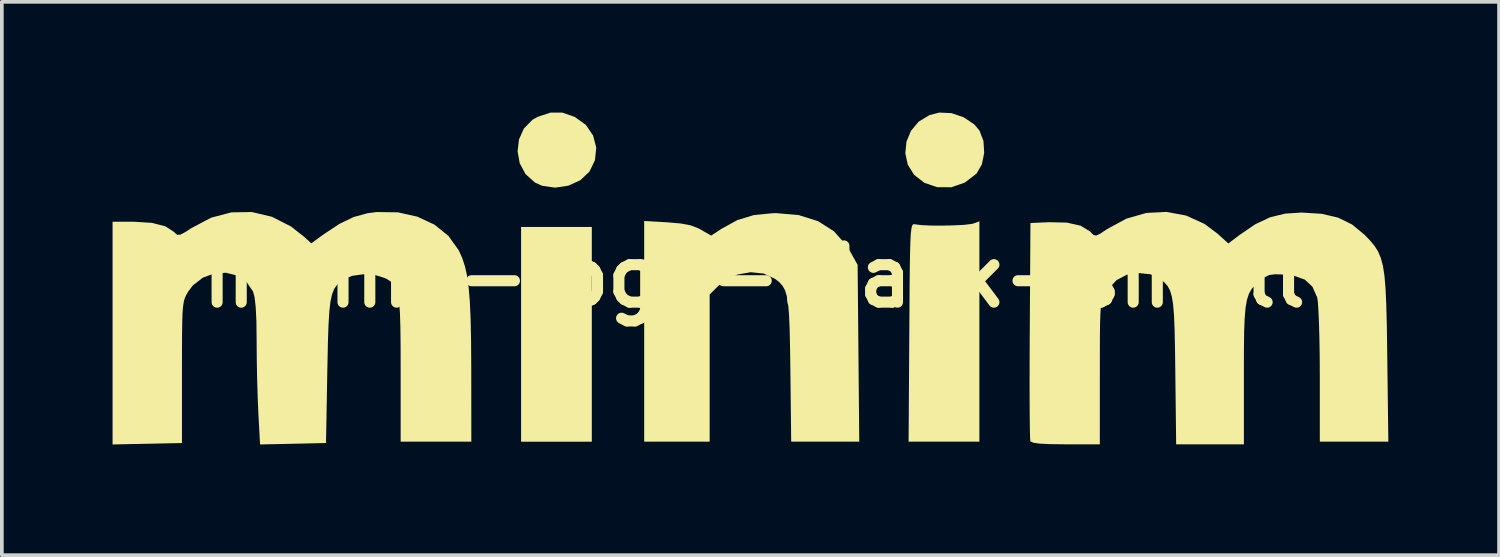
<source format=kicad_pcb>
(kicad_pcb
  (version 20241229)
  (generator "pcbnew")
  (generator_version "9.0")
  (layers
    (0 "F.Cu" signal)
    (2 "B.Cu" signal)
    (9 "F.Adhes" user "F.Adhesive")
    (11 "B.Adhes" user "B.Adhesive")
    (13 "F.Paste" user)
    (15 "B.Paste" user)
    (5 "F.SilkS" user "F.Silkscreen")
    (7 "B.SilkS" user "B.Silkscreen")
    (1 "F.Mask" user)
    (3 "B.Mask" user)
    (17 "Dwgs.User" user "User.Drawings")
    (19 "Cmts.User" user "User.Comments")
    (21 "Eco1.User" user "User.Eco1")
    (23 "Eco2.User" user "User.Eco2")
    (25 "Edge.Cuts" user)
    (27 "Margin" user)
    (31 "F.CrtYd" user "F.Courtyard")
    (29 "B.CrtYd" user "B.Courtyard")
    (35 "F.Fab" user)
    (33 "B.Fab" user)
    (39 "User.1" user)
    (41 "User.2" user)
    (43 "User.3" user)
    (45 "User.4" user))
  (footprint "minim-logo-black-small"
    (layer "F.Cu")
    (at 17.383 4.447)
    (property "Reference" "minim-logo-black-small" (at 0 0 0) (layer "F.SilkS") (effects (font (size 1.524 1.524) (thickness 0.3))))
    (attr board_only exclude_from_pos_files exclude_from_bom)
    (fp_poly (pts (xy -4.399 4.47) (xy -6.315 4.47) (xy -6.315 -1.348) (xy -4.399 -1.348)) (stroke (width 0) (type solid)) (fill yes) (layer "F.SilkS"))
    (fp_poly (pts (xy -5.197 -4.446) (xy -4.86 -4.328) (xy -4.561 -4.114) (xy -4.365 -3.827) (xy -4.279 -3.499) (xy -4.313 -3.158) (xy -4.461 -2.85) (xy -4.709 -2.615) (xy -5.034 -2.467) (xy -5.392 -2.413) (xy -5.742 -2.463) (xy -5.939 -2.551) (xy -6.195 -2.78) (xy -6.352 -3.073) (xy -6.41 -3.397) (xy -6.371 -3.723) (xy -6.237 -4.018) (xy -6.007 -4.252) (xy -5.866 -4.332) (xy -5.516 -4.447)) (stroke (width 0) (type solid)) (fill yes) (layer "F.SilkS"))
    (fp_poly (pts (xy 5.347 -4.432) (xy 5.681 -4.317) (xy 5.964 -4.125) (xy 6.104 -3.96) (xy 6.212 -3.678) (xy 6.232 -3.354) (xy 6.169 -3.042) (xy 6.025 -2.795) (xy 6.025 -2.795) (xy 5.707 -2.55) (xy 5.342 -2.424) (xy 4.96 -2.425) (xy 4.611 -2.544) (xy 4.332 -2.761) (xy 4.162 -3.036) (xy 4.095 -3.344) (xy 4.126 -3.658) (xy 4.248 -3.952) (xy 4.457 -4.201) (xy 4.747 -4.377) (xy 5.015 -4.447)) (stroke (width 0) (type solid)) (fill yes) (layer "F.SilkS"))
    (fp_poly (pts (xy 6.102 4.47) (xy 4.184 4.47) (xy 4.203 1.508) (xy 4.208 0.783) (xy 4.212 0.187) (xy 4.217 -0.292) (xy 4.224 -0.667) (xy 4.232 -0.95) (xy 4.243 -1.153) (xy 4.258 -1.29) (xy 4.276 -1.372) (xy 4.299 -1.413) (xy 4.327 -1.425) (xy 4.362 -1.419) (xy 4.363 -1.419) (xy 4.529 -1.398) (xy 4.786 -1.386) (xy 5.093 -1.384) (xy 5.406 -1.391) (xy 5.684 -1.405) (xy 5.884 -1.428) (xy 5.942 -1.442) (xy 6.102 -1.5)) (stroke (width 0) (type solid)) (fill yes) (layer "F.SilkS"))
    (fp_poly (pts (xy 1.21 -1.669) (xy 1.73 -1.505) (xy 2.16 -1.232) (xy 2.5 -0.85) (xy 2.596 -0.692) (xy 2.803 -0.319) (xy 2.847 4.47) (xy 1.003 4.47) (xy 0.981 2.536) (xy 0.972 1.918) (xy 0.961 1.425) (xy 0.945 1.04) (xy 0.921 0.747) (xy 0.885 0.529) (xy 0.836 0.368) (xy 0.771 0.249) (xy 0.686 0.154) (xy 0.578 0.067) (xy 0.566 0.058) (xy 0.26 -0.085) (xy -0.094 -0.122) (xy -0.46 -0.057) (xy -0.798 0.105) (xy -0.971 0.248) (xy -1.206 0.482) (xy -1.206 4.47) (xy -2.98 4.47) (xy -2.98 -1.51) (xy -2.354 -1.474) (xy -1.988 -1.442) (xy -1.72 -1.391) (xy -1.51 -1.31) (xy -1.447 -1.276) (xy -1.165 -1.114) (xy -0.884 -1.299) (xy -0.455 -1.534) (xy -0.009 -1.67) (xy 0.502 -1.721) (xy 0.603 -1.722)) (stroke (width 0) (type solid)) (fill yes) (layer "F.SilkS"))
    (fp_poly (pts (xy -13.067 -1.624) (xy -12.55 -1.362) (xy -12.19 -1.079) (xy -11.999 -0.904) (xy -11.658 -1.153) (xy -11.235 -1.432) (xy -10.855 -1.616) (xy -10.477 -1.72) (xy -10.228 -1.752) (xy -9.654 -1.744) (xy -9.126 -1.627) (xy -8.662 -1.411) (xy -8.281 -1.103) (xy -8.003 -0.713) (xy -7.999 -0.705) (xy -7.909 -0.504) (xy -7.836 -0.281) (xy -7.778 -0.02) (xy -7.735 0.296) (xy -7.703 0.684) (xy -7.682 1.161) (xy -7.67 1.743) (xy -7.665 2.446) (xy -7.665 2.607) (xy -7.663 4.47) (xy -9.578 4.47) (xy -9.578 2.515) (xy -9.579 1.887) (xy -9.585 1.385) (xy -9.597 0.993) (xy -9.619 0.695) (xy -9.653 0.475) (xy -9.703 0.316) (xy -9.77 0.204) (xy -9.858 0.122) (xy -9.969 0.054) (xy -10.002 0.037) (xy -10.269 -0.046) (xy -10.587 -0.066) (xy -10.891 -0.024) (xy -11.065 0.045) (xy -11.193 0.126) (xy -11.295 0.214) (xy -11.375 0.323) (xy -11.435 0.472) (xy -11.48 0.675) (xy -11.511 0.951) (xy -11.533 1.314) (xy -11.549 1.782) (xy -11.561 2.371) (xy -11.565 2.554) (xy -11.6 4.505) (xy -13.387 4.545) (xy -13.434 3.68) (xy -13.451 3.274) (xy -13.466 2.784) (xy -13.476 2.268) (xy -13.48 1.785) (xy -13.48 1.725) (xy -13.486 1.21) (xy -13.505 0.824) (xy -13.536 0.555) (xy -13.577 0.402) (xy -13.756 0.138) (xy -14.01 -0.032) (xy -14.312 -0.107) (xy -14.632 -0.087) (xy -14.941 0.028) (xy -15.209 0.237) (xy -15.332 0.399) (xy -15.382 0.484) (xy -15.422 0.568) (xy -15.452 0.669) (xy -15.473 0.804) (xy -15.488 0.993) (xy -15.496 1.252) (xy -15.501 1.601) (xy -15.502 2.057) (xy -15.503 2.59) (xy -15.503 4.505) (xy -16.443 4.525) (xy -17.383 4.545) (xy -17.383 -1.49) (xy -16.813 -1.49) (xy -16.319 -1.459) (xy -15.953 -1.366) (xy -15.714 -1.211) (xy -15.695 -1.188) (xy -15.631 -1.136) (xy -15.546 -1.14) (xy -15.407 -1.213) (xy -15.246 -1.318) (xy -14.711 -1.6) (xy -14.161 -1.744) (xy -13.608 -1.752)) (stroke (width 0) (type solid)) (fill yes) (layer "F.SilkS"))
    (fp_poly (pts (xy 11.705 -1.656) (xy 12.202 -1.43) (xy 12.552 -1.168) (xy 12.847 -0.901) (xy 13.146 -1.128) (xy 13.577 -1.421) (xy 13.977 -1.61) (xy 14.389 -1.71) (xy 14.828 -1.738) (xy 15.375 -1.705) (xy 15.823 -1.6) (xy 16.2 -1.414) (xy 16.533 -1.14) (xy 16.682 -0.986) (xy 16.804 -0.84) (xy 16.902 -0.687) (xy 16.977 -0.51) (xy 17.035 -0.294) (xy 17.077 -0.021) (xy 17.106 0.324) (xy 17.126 0.757) (xy 17.14 1.295) (xy 17.15 1.953) (xy 17.153 2.182) (xy 17.182 4.47) (xy 15.325 4.47) (xy 15.325 2.643) (xy 15.322 2.133) (xy 15.314 1.658) (xy 15.302 1.24) (xy 15.287 0.902) (xy 15.27 0.664) (xy 15.254 0.562) (xy 15.125 0.271) (xy 14.918 0.078) (xy 14.615 -0.029) (xy 14.379 -0.057) (xy 14.123 -0.067) (xy 13.955 -0.046) (xy 13.821 0.018) (xy 13.698 0.113) (xy 13.576 0.222) (xy 13.48 0.331) (xy 13.406 0.459) (xy 13.352 0.623) (xy 13.314 0.84) (xy 13.289 1.128) (xy 13.275 1.504) (xy 13.269 1.985) (xy 13.268 2.588) (xy 13.268 2.658) (xy 13.268 4.541) (xy 11.433 4.541) (xy 11.41 2.572) (xy 11.402 1.949) (xy 11.391 1.451) (xy 11.376 1.062) (xy 11.352 0.765) (xy 11.317 0.542) (xy 11.269 0.379) (xy 11.204 0.256) (xy 11.119 0.159) (xy 11.013 0.071) (xy 10.98 0.046) (xy 10.737 -0.066) (xy 10.43 -0.098) (xy 10.094 -0.053) (xy 9.818 0.093) (xy 9.571 0.359) (xy 9.525 0.425) (xy 9.478 0.499) (xy 9.441 0.577) (xy 9.413 0.676) (xy 9.393 0.814) (xy 9.38 1.009) (xy 9.371 1.279) (xy 9.367 1.64) (xy 9.366 2.111) (xy 9.365 2.6) (xy 9.365 4.541) (xy 8.441 4.541) (xy 8.027 4.536) (xy 7.74 4.523) (xy 7.565 4.498) (xy 7.487 4.461) (xy 7.482 4.452) (xy 7.475 4.364) (xy 7.47 4.149) (xy 7.466 3.824) (xy 7.463 3.403) (xy 7.462 2.901) (xy 7.463 2.335) (xy 7.465 1.72) (xy 7.467 1.454) (xy 7.485 -1.454) (xy 7.982 -1.477) (xy 8.471 -1.466) (xy 8.843 -1.383) (xy 9.094 -1.23) (xy 9.114 -1.209) (xy 9.192 -1.133) (xy 9.266 -1.115) (xy 9.374 -1.165) (xy 9.557 -1.287) (xy 10.082 -1.572) (xy 10.627 -1.728) (xy 11.174 -1.756)) (stroke (width 0) (type solid)) (fill yes) (layer "F.SilkS")))
  (gr_rect
    (start -3 -3)
    (end 37.564 11.992)
    (stroke (width 0.1) (type default))
    (fill no)
    (layer "Edge.Cuts")))
</source>
